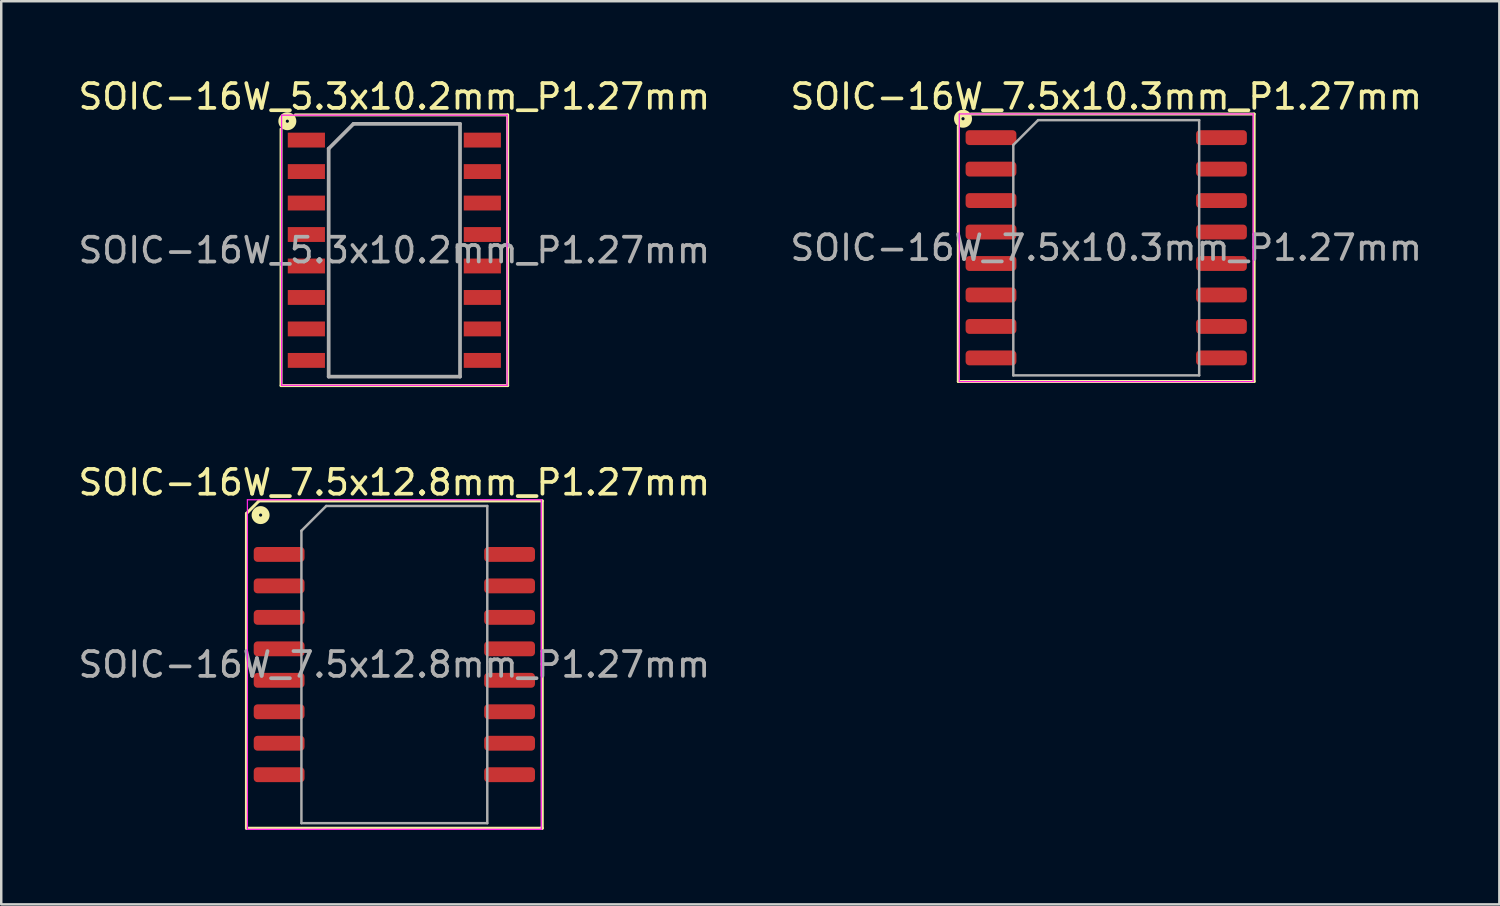
<source format=kicad_pcb>
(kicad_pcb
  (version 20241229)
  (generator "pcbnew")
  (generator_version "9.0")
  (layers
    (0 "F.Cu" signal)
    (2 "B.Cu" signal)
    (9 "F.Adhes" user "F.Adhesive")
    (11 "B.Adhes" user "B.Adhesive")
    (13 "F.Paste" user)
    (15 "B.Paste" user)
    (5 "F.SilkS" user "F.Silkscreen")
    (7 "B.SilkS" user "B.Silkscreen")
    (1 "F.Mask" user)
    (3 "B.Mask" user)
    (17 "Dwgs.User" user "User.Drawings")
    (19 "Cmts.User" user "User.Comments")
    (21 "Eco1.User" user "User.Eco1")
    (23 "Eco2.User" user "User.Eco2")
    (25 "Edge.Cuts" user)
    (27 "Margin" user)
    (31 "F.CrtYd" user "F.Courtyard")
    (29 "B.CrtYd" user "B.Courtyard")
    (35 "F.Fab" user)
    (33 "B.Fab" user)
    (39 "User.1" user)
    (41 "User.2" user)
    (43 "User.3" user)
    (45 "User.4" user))
  (footprint "SOIC-16W_7.5x10.3mm_P1.27mm"
    (layer "F.Cu")
    (at 41.589 6.948)
    (property "Reference" "SOIC-16W_7.5x10.3mm_P1.27mm" (at 0 -6.1 0) (layer "F.SilkS") (effects (font (size 1 1) (thickness 0.15))))
    (attr smd)
    (fp_line (start -5.969 -4.889) (end -5.969 5.397) (stroke (width 0.12) (type solid)) (layer "F.SilkS"))
    (fp_line (start -5.969 5.397) (end 5.969 5.397) (stroke (width 0.12) (type solid)) (layer "F.SilkS"))
    (fp_line (start 5.969 -5.397) (end -5.461 -5.397) (stroke (width 0.12) (type solid)) (layer "F.SilkS"))
    (fp_line (start 5.969 5.397) (end 5.969 -5.397) (stroke (width 0.12) (type solid)) (layer "F.SilkS"))
    (fp_circle (center -5.779 -5.207) (end -5.715 -5.207) (stroke (width 0.3) (type solid)) (fill no) (layer "F.SilkS"))
    (fp_line (start -5.93 -5.4) (end -5.93 5.4) (stroke (width 0.05) (type solid)) (layer "F.CrtYd"))
    (fp_line (start -5.93 5.4) (end 5.93 5.4) (stroke (width 0.05) (type solid)) (layer "F.CrtYd"))
    (fp_line (start 5.93 -5.4) (end -5.93 -5.4) (stroke (width 0.05) (type solid)) (layer "F.CrtYd"))
    (fp_line (start 5.93 5.4) (end 5.93 -5.4) (stroke (width 0.05) (type solid)) (layer "F.CrtYd"))
    (fp_line (start -3.75 -4.15) (end -2.75 -5.15) (stroke (width 0.1) (type solid)) (layer "F.Fab"))
    (fp_line (start -3.75 5.15) (end -3.75 -4.15) (stroke (width 0.1) (type solid)) (layer "F.Fab"))
    (fp_line (start -2.75 -5.15) (end 3.75 -5.15) (stroke (width 0.1) (type solid)) (layer "F.Fab"))
    (fp_line (start 3.75 -5.15) (end 3.75 5.15) (stroke (width 0.1) (type solid)) (layer "F.Fab"))
    (fp_line (start 3.75 5.15) (end -3.75 5.15) (stroke (width 0.1) (type solid)) (layer "F.Fab"))
    (fp_text user "${REFERENCE}" (at 0 0 0) (layer "F.Fab") (effects (font (size 1 1) (thickness 0.15))))
    (pad "1" smd roundrect (at -4.65 -4.445) (size 2.05 0.6) (layers "F.Cu" "F.Mask" "F.Paste") (roundrect_rratio 0.25))
    (pad "2" smd roundrect (at -4.65 -3.175) (size 2.05 0.6) (layers "F.Cu" "F.Mask" "F.Paste") (roundrect_rratio 0.25))
    (pad "3" smd roundrect (at -4.65 -1.905) (size 2.05 0.6) (layers "F.Cu" "F.Mask" "F.Paste") (roundrect_rratio 0.25))
    (pad "4" smd roundrect (at -4.65 -0.635) (size 2.05 0.6) (layers "F.Cu" "F.Mask" "F.Paste") (roundrect_rratio 0.25))
    (pad "5" smd roundrect (at -4.65 0.635) (size 2.05 0.6) (layers "F.Cu" "F.Mask" "F.Paste") (roundrect_rratio 0.25))
    (pad "6" smd roundrect (at -4.65 1.905) (size 2.05 0.6) (layers "F.Cu" "F.Mask" "F.Paste") (roundrect_rratio 0.25))
    (pad "7" smd roundrect (at -4.65 3.175) (size 2.05 0.6) (layers "F.Cu" "F.Mask" "F.Paste") (roundrect_rratio 0.25))
    (pad "8" smd roundrect (at -4.65 4.445) (size 2.05 0.6) (layers "F.Cu" "F.Mask" "F.Paste") (roundrect_rratio 0.25))
    (pad "9" smd roundrect (at 4.65 4.445) (size 2.05 0.6) (layers "F.Cu" "F.Mask" "F.Paste") (roundrect_rratio 0.25))
    (pad "10" smd roundrect (at 4.65 3.175) (size 2.05 0.6) (layers "F.Cu" "F.Mask" "F.Paste") (roundrect_rratio 0.25))
    (pad "11" smd roundrect (at 4.65 1.905) (size 2.05 0.6) (layers "F.Cu" "F.Mask" "F.Paste") (roundrect_rratio 0.25))
    (pad "12" smd roundrect (at 4.65 0.635) (size 2.05 0.6) (layers "F.Cu" "F.Mask" "F.Paste") (roundrect_rratio 0.25))
    (pad "13" smd roundrect (at 4.65 -0.635) (size 2.05 0.6) (layers "F.Cu" "F.Mask" "F.Paste") (roundrect_rratio 0.25))
    (pad "14" smd roundrect (at 4.65 -1.905) (size 2.05 0.6) (layers "F.Cu" "F.Mask" "F.Paste") (roundrect_rratio 0.25))
    (pad "15" smd roundrect (at 4.65 -3.175) (size 2.05 0.6) (layers "F.Cu" "F.Mask" "F.Paste") (roundrect_rratio 0.25))
    (pad "16" smd roundrect (at 4.65 -4.445) (size 2.05 0.6) (layers "F.Cu" "F.Mask" "F.Paste") (roundrect_rratio 0.25)))
  (footprint "SOIC-16W_7.5x12.8mm_P1.27mm"
    (layer "F.Cu")
    (at 12.863 23.767)
    (property "Reference" "SOIC-16W_7.5x12.8mm_P1.27mm" (at 0 -7.35 0) (layer "F.SilkS") (effects (font (size 1 1) (thickness 0.15))))
    (attr smd)
    (fp_line (start -5.969 -6.096) (end -5.969 6.604) (stroke (width 0.12) (type solid)) (layer "F.SilkS"))
    (fp_line (start -5.969 -6.096) (end -5.461 -6.604) (stroke (width 0.12) (type solid)) (layer "F.SilkS"))
    (fp_line (start -5.969 6.604) (end 5.905 6.604) (stroke (width 0.12) (type solid)) (layer "F.SilkS"))
    (fp_line (start 5.905 6.604) (end 5.969 6.604) (stroke (width 0.12) (type solid)) (layer "F.SilkS"))
    (fp_line (start 5.969 -6.604) (end -5.461 -6.604) (stroke (width 0.12) (type solid)) (layer "F.SilkS"))
    (fp_line (start 5.969 6.604) (end 5.969 -6.604) (stroke (width 0.12) (type solid)) (layer "F.SilkS"))
    (fp_circle (center -5.397 -6.032) (end -5.334 -6.032) (stroke (width 0.3) (type solid)) (fill no) (layer "F.SilkS"))
    (fp_line (start -5.93 -6.65) (end -5.93 6.65) (stroke (width 0.05) (type solid)) (layer "F.CrtYd"))
    (fp_line (start -5.93 6.65) (end 5.93 6.65) (stroke (width 0.05) (type solid)) (layer "F.CrtYd"))
    (fp_line (start 5.93 -6.65) (end -5.93 -6.65) (stroke (width 0.05) (type solid)) (layer "F.CrtYd"))
    (fp_line (start 5.93 6.65) (end 5.93 -6.65) (stroke (width 0.05) (type solid)) (layer "F.CrtYd"))
    (fp_line (start -3.75 -5.4) (end -2.75 -6.4) (stroke (width 0.1) (type solid)) (layer "F.Fab"))
    (fp_line (start -3.75 6.4) (end -3.75 -5.4) (stroke (width 0.1) (type solid)) (layer "F.Fab"))
    (fp_line (start -2.75 -6.4) (end 3.75 -6.4) (stroke (width 0.1) (type solid)) (layer "F.Fab"))
    (fp_line (start 3.75 -6.4) (end 3.75 6.4) (stroke (width 0.1) (type solid)) (layer "F.Fab"))
    (fp_line (start 3.75 6.4) (end -3.75 6.4) (stroke (width 0.1) (type solid)) (layer "F.Fab"))
    (fp_text user "${REFERENCE}" (at 0 0 0) (layer "F.Fab") (effects (font (size 1 1) (thickness 0.15))))
    (pad "1" smd roundrect (at -4.65 -4.445) (size 2.05 0.6) (layers "F.Cu" "F.Mask" "F.Paste") (roundrect_rratio 0.25))
    (pad "2" smd roundrect (at -4.65 -3.175) (size 2.05 0.6) (layers "F.Cu" "F.Mask" "F.Paste") (roundrect_rratio 0.25))
    (pad "3" smd roundrect (at -4.65 -1.905) (size 2.05 0.6) (layers "F.Cu" "F.Mask" "F.Paste") (roundrect_rratio 0.25))
    (pad "4" smd roundrect (at -4.65 -0.635) (size 2.05 0.6) (layers "F.Cu" "F.Mask" "F.Paste") (roundrect_rratio 0.25))
    (pad "5" smd roundrect (at -4.65 0.635) (size 2.05 0.6) (layers "F.Cu" "F.Mask" "F.Paste") (roundrect_rratio 0.25))
    (pad "6" smd roundrect (at -4.65 1.905) (size 2.05 0.6) (layers "F.Cu" "F.Mask" "F.Paste") (roundrect_rratio 0.25))
    (pad "7" smd roundrect (at -4.65 3.175) (size 2.05 0.6) (layers "F.Cu" "F.Mask" "F.Paste") (roundrect_rratio 0.25))
    (pad "8" smd roundrect (at -4.65 4.445) (size 2.05 0.6) (layers "F.Cu" "F.Mask" "F.Paste") (roundrect_rratio 0.25))
    (pad "9" smd roundrect (at 4.65 4.445) (size 2.05 0.6) (layers "F.Cu" "F.Mask" "F.Paste") (roundrect_rratio 0.25))
    (pad "10" smd roundrect (at 4.65 3.175) (size 2.05 0.6) (layers "F.Cu" "F.Mask" "F.Paste") (roundrect_rratio 0.25))
    (pad "11" smd roundrect (at 4.65 1.905) (size 2.05 0.6) (layers "F.Cu" "F.Mask" "F.Paste") (roundrect_rratio 0.25))
    (pad "12" smd roundrect (at 4.65 0.635) (size 2.05 0.6) (layers "F.Cu" "F.Mask" "F.Paste") (roundrect_rratio 0.25))
    (pad "13" smd roundrect (at 4.65 -0.635) (size 2.05 0.6) (layers "F.Cu" "F.Mask" "F.Paste") (roundrect_rratio 0.25))
    (pad "14" smd roundrect (at 4.65 -1.905) (size 2.05 0.6) (layers "F.Cu" "F.Mask" "F.Paste") (roundrect_rratio 0.25))
    (pad "15" smd roundrect (at 4.65 -3.175) (size 2.05 0.6) (layers "F.Cu" "F.Mask" "F.Paste") (roundrect_rratio 0.25))
    (pad "16" smd roundrect (at 4.65 -4.445) (size 2.05 0.6) (layers "F.Cu" "F.Mask" "F.Paste") (roundrect_rratio 0.25)))
  (footprint "SOIC-16W_5.3x10.2mm_P1.27mm"
    (layer "F.Cu")
    (at 12.863 7.048)
    (property "Reference" "SOIC-16W_5.3x10.2mm_P1.27mm" (at 0 -6.2 0) (layer "F.SilkS") (effects (font (size 1 1) (thickness 0.15))))
    (attr smd)
    (fp_line (start -4.572 -4.889) (end -4.572 5.461) (stroke (width 0.12) (type solid)) (layer "F.SilkS"))
    (fp_line (start -4.572 5.461) (end 4.572 5.461) (stroke (width 0.12) (type solid)) (layer "F.SilkS"))
    (fp_line (start 4.572 -5.461) (end -4 -5.461) (stroke (width 0.12) (type solid)) (layer "F.SilkS"))
    (fp_line (start 4.572 5.461) (end 4.572 -5.461) (stroke (width 0.12) (type solid)) (layer "F.SilkS"))
    (fp_circle (center -4.318 -5.207) (end -4.255 -5.207) (stroke (width 0.3) (type solid)) (fill no) (layer "F.SilkS"))
    (fp_line (start -4.55 -5.45) (end -4.55 5.45) (stroke (width 0.05) (type solid)) (layer "F.CrtYd"))
    (fp_line (start -4.55 -5.45) (end 4.55 -5.45) (stroke (width 0.05) (type solid)) (layer "F.CrtYd"))
    (fp_line (start -4.55 5.45) (end 4.55 5.45) (stroke (width 0.05) (type solid)) (layer "F.CrtYd"))
    (fp_line (start 4.55 -5.45) (end 4.55 5.45) (stroke (width 0.05) (type solid)) (layer "F.CrtYd"))
    (fp_line (start -2.65 -4.1) (end -1.65 -5.1) (stroke (width 0.15) (type solid)) (layer "F.Fab"))
    (fp_line (start -2.65 5.1) (end -2.65 -4.1) (stroke (width 0.15) (type solid)) (layer "F.Fab"))
    (fp_line (start -1.65 -5.1) (end 2.65 -5.1) (stroke (width 0.15) (type solid)) (layer "F.Fab"))
    (fp_line (start 2.65 -5.1) (end 2.65 5.1) (stroke (width 0.15) (type solid)) (layer "F.Fab"))
    (fp_line (start 2.65 5.1) (end -2.65 5.1) (stroke (width 0.15) (type solid)) (layer "F.Fab"))
    (fp_text user "${REFERENCE}" (at 0 0 0) (layer "F.Fab") (effects (font (size 1 1) (thickness 0.15))))
    (pad "1" smd rect (at -3.55 -4.445) (size 1.5 0.6) (layers "F.Cu" "F.Mask" "F.Paste"))
    (pad "2" smd rect (at -3.55 -3.175) (size 1.5 0.6) (layers "F.Cu" "F.Mask" "F.Paste"))
    (pad "3" smd rect (at -3.55 -1.905) (size 1.5 0.6) (layers "F.Cu" "F.Mask" "F.Paste"))
    (pad "4" smd rect (at -3.55 -0.635) (size 1.5 0.6) (layers "F.Cu" "F.Mask" "F.Paste"))
    (pad "5" smd rect (at -3.55 0.635) (size 1.5 0.6) (layers "F.Cu" "F.Mask" "F.Paste"))
    (pad "6" smd rect (at -3.55 1.905) (size 1.5 0.6) (layers "F.Cu" "F.Mask" "F.Paste"))
    (pad "7" smd rect (at -3.55 3.175) (size 1.5 0.6) (layers "F.Cu" "F.Mask" "F.Paste"))
    (pad "8" smd rect (at -3.55 4.445) (size 1.5 0.6) (layers "F.Cu" "F.Mask" "F.Paste"))
    (pad "9" smd rect (at 3.55 4.445) (size 1.5 0.6) (layers "F.Cu" "F.Mask" "F.Paste"))
    (pad "10" smd rect (at 3.55 3.175) (size 1.5 0.6) (layers "F.Cu" "F.Mask" "F.Paste"))
    (pad "11" smd rect (at 3.55 1.905) (size 1.5 0.6) (layers "F.Cu" "F.Mask" "F.Paste"))
    (pad "12" smd rect (at 3.55 0.635) (size 1.5 0.6) (layers "F.Cu" "F.Mask" "F.Paste"))
    (pad "13" smd rect (at 3.55 -0.635) (size 1.5 0.6) (layers "F.Cu" "F.Mask" "F.Paste"))
    (pad "14" smd rect (at 3.55 -1.905) (size 1.5 0.6) (layers "F.Cu" "F.Mask" "F.Paste"))
    (pad "15" smd rect (at 3.55 -3.175) (size 1.5 0.6) (layers "F.Cu" "F.Mask" "F.Paste"))
    (pad "16" smd rect (at 3.55 -4.445) (size 1.5 0.6) (layers "F.Cu" "F.Mask" "F.Paste")))
  (gr_rect
    (start -3 -3)
    (end 57.452 33.443)
    (stroke (width 0.1) (type default))
    (fill no)
    (layer "Edge.Cuts")))
</source>
